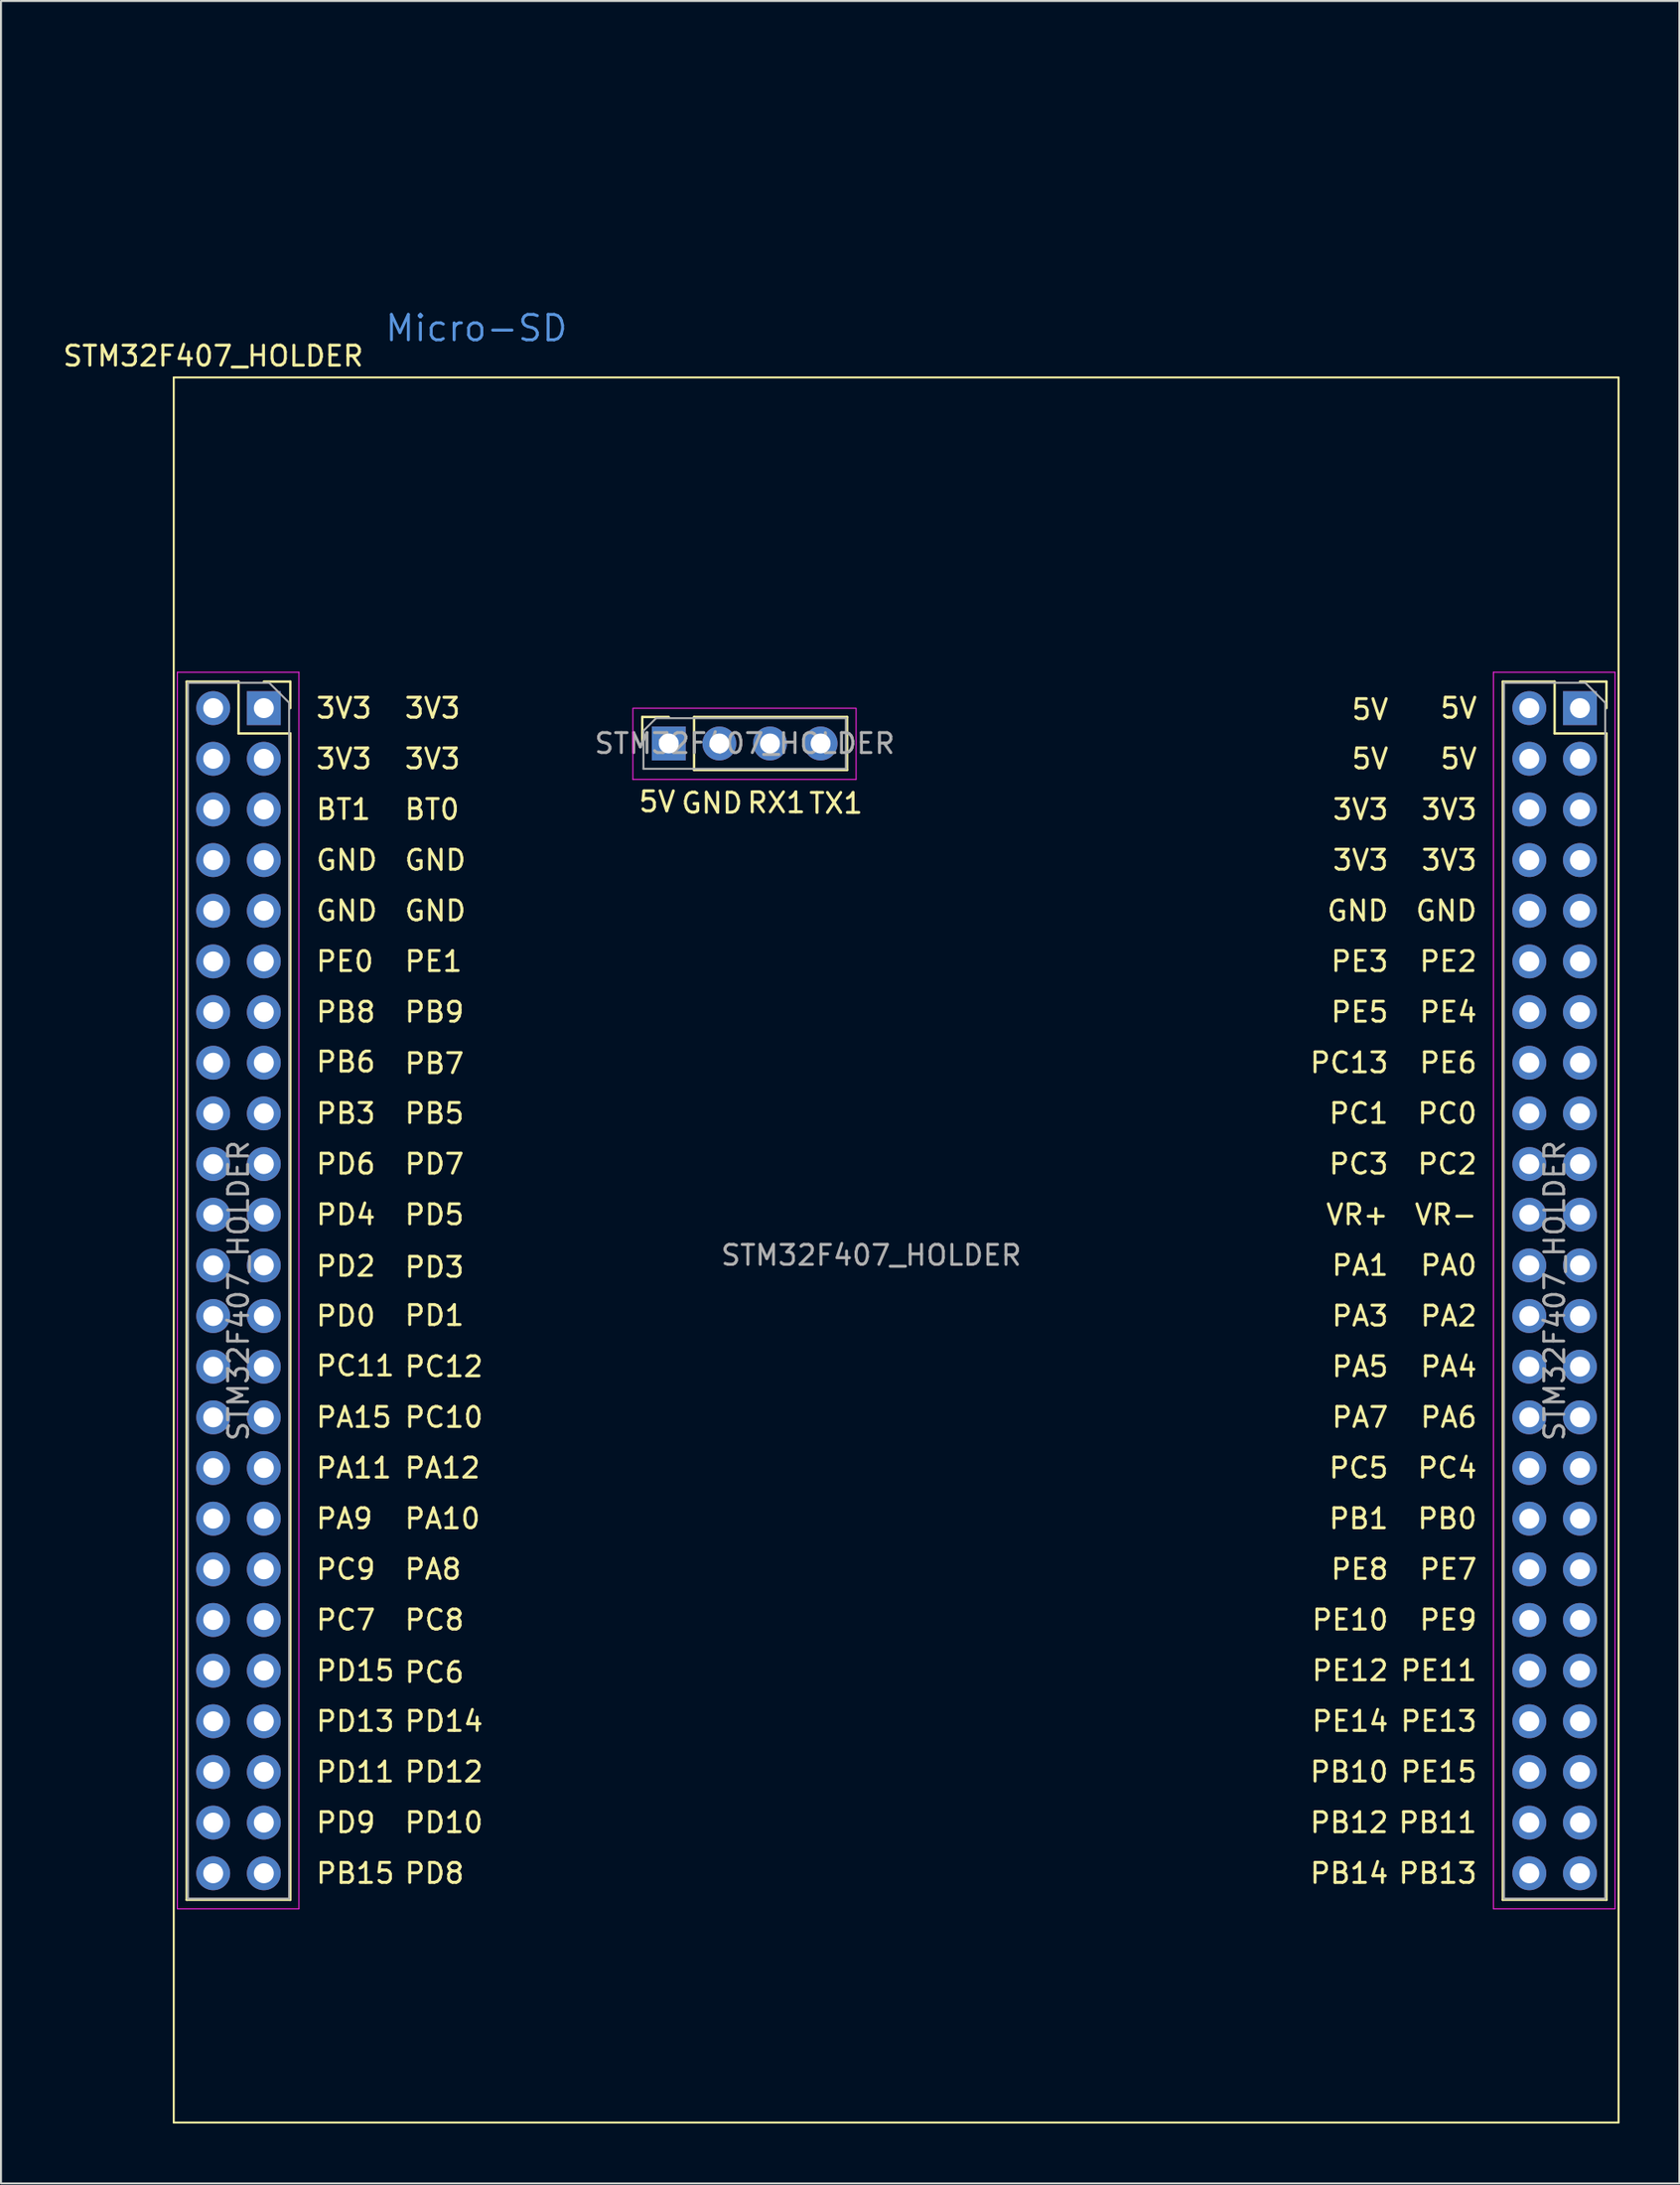
<source format=kicad_pcb>
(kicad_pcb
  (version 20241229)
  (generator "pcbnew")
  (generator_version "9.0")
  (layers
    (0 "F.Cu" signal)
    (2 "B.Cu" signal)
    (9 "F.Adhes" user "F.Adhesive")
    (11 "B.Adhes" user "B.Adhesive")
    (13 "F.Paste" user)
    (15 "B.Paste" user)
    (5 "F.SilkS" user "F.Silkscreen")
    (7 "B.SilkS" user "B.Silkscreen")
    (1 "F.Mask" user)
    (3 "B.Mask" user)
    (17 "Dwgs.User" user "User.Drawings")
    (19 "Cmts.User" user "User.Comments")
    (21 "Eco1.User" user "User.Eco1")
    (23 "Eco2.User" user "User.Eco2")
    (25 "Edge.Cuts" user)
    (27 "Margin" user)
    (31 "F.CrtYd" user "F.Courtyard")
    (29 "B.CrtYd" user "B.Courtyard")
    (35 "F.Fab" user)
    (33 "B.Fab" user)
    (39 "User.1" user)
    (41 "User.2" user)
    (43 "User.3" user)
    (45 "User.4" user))
  (footprint "STM32F407_HOLDER"
    (layer "F.Cu")
    (at 40.669 60.015)
    (property "Reference" "STM32F407_HOLDER" (at -33.02 -45.212 0) (unlocked yes) (layer "F.SilkS") (effects (font (size 1 1) (thickness 0.15))))
    (attr through_hole)
    (fp_line (start -35 -44.139) (end -35 43.361) (stroke (width 0.1) (type default)) (layer "F.SilkS"))
    (fp_line (start -35 43.361) (end 37.5 43.361) (stroke (width 0.1) (type default)) (layer "F.SilkS"))
    (fp_line (start -34.35 -28.889) (end -34.35 32.191) (stroke (width 0.12) (type solid)) (layer "F.SilkS"))
    (fp_line (start -34.35 -28.889) (end -31.75 -28.889) (stroke (width 0.12) (type solid)) (layer "F.SilkS"))
    (fp_line (start -34.35 32.191) (end -29.15 32.191) (stroke (width 0.12) (type solid)) (layer "F.SilkS"))
    (fp_line (start -31.75 -28.889) (end -31.75 -26.289) (stroke (width 0.12) (type solid)) (layer "F.SilkS"))
    (fp_line (start -31.75 -26.289) (end -29.15 -26.289) (stroke (width 0.12) (type solid)) (layer "F.SilkS"))
    (fp_line (start -30.48 -28.889) (end -29.15 -28.889) (stroke (width 0.12) (type solid)) (layer "F.SilkS"))
    (fp_line (start -29.15 -28.889) (end -29.15 -27.559) (stroke (width 0.12) (type solid)) (layer "F.SilkS"))
    (fp_line (start -29.15 -26.289) (end -29.15 32.191) (stroke (width 0.12) (type solid)) (layer "F.SilkS"))
    (fp_line (start -11.49 -27.116) (end -10.16 -27.116) (stroke (width 0.12) (type solid)) (layer "F.SilkS"))
    (fp_line (start -11.49 -25.787) (end -11.49 -27.116) (stroke (width 0.12) (type solid)) (layer "F.SilkS"))
    (fp_line (start -8.89 -27.116) (end -1.21 -27.116) (stroke (width 0.12) (type solid)) (layer "F.SilkS"))
    (fp_line (start -8.89 -24.456) (end -8.89 -27.116) (stroke (width 0.12) (type solid)) (layer "F.SilkS"))
    (fp_line (start -8.89 -24.456) (end -1.21 -24.456) (stroke (width 0.12) (type solid)) (layer "F.SilkS"))
    (fp_line (start -1.21 -24.456) (end -1.21 -27.116) (stroke (width 0.12) (type solid)) (layer "F.SilkS"))
    (fp_line (start 31.692 -28.889) (end 31.692 32.191) (stroke (width 0.12) (type solid)) (layer "F.SilkS"))
    (fp_line (start 31.692 -28.889) (end 34.292 -28.889) (stroke (width 0.12) (type solid)) (layer "F.SilkS"))
    (fp_line (start 31.692 32.191) (end 36.892 32.191) (stroke (width 0.12) (type solid)) (layer "F.SilkS"))
    (fp_line (start 34.292 -28.889) (end 34.292 -26.289) (stroke (width 0.12) (type solid)) (layer "F.SilkS"))
    (fp_line (start 34.292 -26.289) (end 36.892 -26.289) (stroke (width 0.12) (type solid)) (layer "F.SilkS"))
    (fp_line (start 35.562 -28.889) (end 36.892 -28.889) (stroke (width 0.12) (type solid)) (layer "F.SilkS"))
    (fp_line (start 36.892 -28.889) (end 36.892 -27.559) (stroke (width 0.12) (type solid)) (layer "F.SilkS"))
    (fp_line (start 36.892 -26.289) (end 36.892 32.191) (stroke (width 0.12) (type solid)) (layer "F.SilkS"))
    (fp_line (start 37.5 -44.139) (end -35 -44.139) (stroke (width 0.1) (type default)) (layer "F.SilkS"))
    (fp_line (start 37.5 43.361) (end 37.5 -44.139) (stroke (width 0.1) (type default)) (layer "F.SilkS"))
    (fp_line (start -34.82 -29.359) (end -28.72 -29.359) (stroke (width 0.05) (type solid)) (layer "F.CrtYd"))
    (fp_line (start -34.82 32.641) (end -34.82 -29.359) (stroke (width 0.05) (type solid)) (layer "F.CrtYd"))
    (fp_line (start -28.72 -29.359) (end -28.72 32.641) (stroke (width 0.05) (type solid)) (layer "F.CrtYd"))
    (fp_line (start -28.72 32.641) (end -34.82 32.641) (stroke (width 0.05) (type solid)) (layer "F.CrtYd"))
    (fp_line (start -11.96 -27.532) (end -11.96 -23.982) (stroke (width 0.05) (type solid)) (layer "F.CrtYd"))
    (fp_line (start -0.76 -27.556) (end -11.96 -27.556) (stroke (width 0.05) (type solid)) (layer "F.CrtYd"))
    (fp_line (start -0.76 -27.537) (end -0.76 -23.986) (stroke (width 0.05) (type solid)) (layer "F.CrtYd"))
    (fp_line (start -0.76 -23.986) (end -11.96 -23.986) (stroke (width 0.05) (type solid)) (layer "F.CrtYd"))
    (fp_line (start 31.222 -29.359) (end 37.322 -29.359) (stroke (width 0.05) (type solid)) (layer "F.CrtYd"))
    (fp_line (start 31.222 32.641) (end 31.222 -29.359) (stroke (width 0.05) (type solid)) (layer "F.CrtYd"))
    (fp_line (start 37.322 -29.359) (end 37.322 32.641) (stroke (width 0.05) (type solid)) (layer "F.CrtYd"))
    (fp_line (start 37.322 32.641) (end 31.222 32.641) (stroke (width 0.05) (type solid)) (layer "F.CrtYd"))
    (fp_line (start -34.29 -28.829) (end -30.21 -28.829) (stroke (width 0.1) (type solid)) (layer "F.Fab"))
    (fp_line (start -34.29 32.131) (end -34.29 -28.829) (stroke (width 0.1) (type solid)) (layer "F.Fab"))
    (fp_line (start -30.21 -28.829) (end -29.21 -27.829) (stroke (width 0.1) (type solid)) (layer "F.Fab"))
    (fp_line (start -29.21 -27.829) (end -29.21 32.131) (stroke (width 0.1) (type solid)) (layer "F.Fab"))
    (fp_line (start -29.21 32.131) (end -34.29 32.131) (stroke (width 0.1) (type solid)) (layer "F.Fab"))
    (fp_line (start -11.43 -26.422) (end -10.795 -27.056) (stroke (width 0.1) (type solid)) (layer "F.Fab"))
    (fp_line (start -11.43 -24.517) (end -11.43 -26.422) (stroke (width 0.1) (type solid)) (layer "F.Fab"))
    (fp_line (start -10.795 -27.056) (end -1.27 -27.056) (stroke (width 0.1) (type solid)) (layer "F.Fab"))
    (fp_line (start -1.27 -27.056) (end -1.27 -24.517) (stroke (width 0.1) (type solid)) (layer "F.Fab"))
    (fp_line (start -1.27 -24.517) (end -11.43 -24.517) (stroke (width 0.1) (type solid)) (layer "F.Fab"))
    (fp_line (start 31.752 -28.829) (end 35.832 -28.829) (stroke (width 0.1) (type solid)) (layer "F.Fab"))
    (fp_line (start 31.752 32.131) (end 31.752 -28.829) (stroke (width 0.1) (type solid)) (layer "F.Fab"))
    (fp_line (start 35.832 -28.829) (end 36.832 -27.829) (stroke (width 0.1) (type solid)) (layer "F.Fab"))
    (fp_line (start 36.832 -27.829) (end 36.832 32.131) (stroke (width 0.1) (type solid)) (layer "F.Fab"))
    (fp_line (start 36.832 32.131) (end 31.752 32.131) (stroke (width 0.1) (type solid)) (layer "F.Fab"))
    (fp_text user "PB14" (at 26.035 30.861 0) (unlocked yes) (layer "F.SilkS") (effects (font (size 1 1) (thickness 0.15)) (justify right)))
    (fp_text user "PC1" (at 26.035 -7.239 0) (unlocked yes) (layer "F.SilkS") (effects (font (size 1 1) (thickness 0.15)) (justify right)))
    (fp_text user "TX1" (at -1.77 -22.787 0) (unlocked yes) (layer "F.SilkS") (effects (font (size 1 1) (thickness 0.15))))
    (fp_text user "PE11" (at 30.48 20.701 0) (unlocked yes) (layer "F.SilkS") (effects (font (size 1 1) (thickness 0.15)) (justify right)))
    (fp_text user "VR+" (at 26.035 -2.159 0) (unlocked yes) (layer "F.SilkS") (effects (font (size 1 1) (thickness 0.15)) (justify right)))
    (fp_text user "PC4" (at 30.48 10.541 0) (unlocked yes) (layer "F.SilkS") (effects (font (size 1 1) (thickness 0.15)) (justify right)))
    (fp_text user "PB6" (at -27.94 -9.819 0) (unlocked yes) (layer "F.SilkS") (effects (font (size 1 1) (thickness 0.15)) (justify left)))
    (fp_text user "PD0" (at -27.94 2.921 0) (unlocked yes) (layer "F.SilkS") (effects (font (size 1 1) (thickness 0.15)) (justify left)))
    (fp_text user "PD2" (at -27.94 0.421 0) (unlocked yes) (layer "F.SilkS") (effects (font (size 1 1) (thickness 0.15)) (justify left)))
    (fp_text user "PC0" (at 30.48 -7.239 0) (unlocked yes) (layer "F.SilkS") (effects (font (size 1 1) (thickness 0.15)) (justify right)))
    (fp_text user "PB1" (at 26.035 13.081 0) (unlocked yes) (layer "F.SilkS") (effects (font (size 1 1) (thickness 0.15)) (justify right)))
    (fp_text user "PE14" (at 26.035 23.241 0) (unlocked yes) (layer "F.SilkS") (effects (font (size 1 1) (thickness 0.15)) (justify right)))
    (fp_text user "PD12" (at -23.495 25.781 0) (unlocked yes) (layer "F.SilkS") (effects (font (size 1 1) (thickness 0.15)) (justify left)))
    (fp_text user "PA11" (at -27.94 10.541 0) (unlocked yes) (layer "F.SilkS") (effects (font (size 1 1) (thickness 0.15)) (justify left)))
    (fp_text user "VR-" (at 30.48 -2.159 0) (unlocked yes) (layer "F.SilkS") (effects (font (size 1 1) (thickness 0.15)) (justify right)))
    (fp_text user "PD4" (at -27.94 -2.159 0) (unlocked yes) (layer "F.SilkS") (effects (font (size 1 1) (thickness 0.15)) (justify left)))
    (fp_text user "PC8" (at -23.495 18.161 0) (unlocked yes) (layer "F.SilkS") (effects (font (size 1 1) (thickness 0.15)) (justify left)))
    (fp_text user "3V3" (at -27.94 -27.559 0) (unlocked yes) (layer "F.SilkS") (effects (font (size 1 1) (thickness 0.15)) (justify left)))
    (fp_text user "PB10" (at 26.035 25.781 0) (unlocked yes) (layer "F.SilkS") (effects (font (size 1 1) (thickness 0.15)) (justify right)))
    (fp_text user "PE15" (at 30.48 25.781 0) (unlocked yes) (layer "F.SilkS") (effects (font (size 1 1) (thickness 0.15)) (justify right)))
    (fp_text user "PD14" (at -23.495 23.241 0) (unlocked yes) (layer "F.SilkS") (effects (font (size 1 1) (thickness 0.15)) (justify left)))
    (fp_text user "PA10" (at -23.495 13.081 0) (unlocked yes) (layer "F.SilkS") (effects (font (size 1 1) (thickness 0.15)) (justify left)))
    (fp_text user "PE13" (at 30.48 23.241 0) (unlocked yes) (layer "F.SilkS") (effects (font (size 1 1) (thickness 0.15)) (justify right)))
    (fp_text user "BT1" (at -27.94 -22.479 0) (unlocked yes) (layer "F.SilkS") (effects (font (size 1 1) (thickness 0.15)) (justify left)))
    (fp_text user "PE5" (at 26.035 -12.319 0) (unlocked yes) (layer "F.SilkS") (effects (font (size 1 1) (thickness 0.15)) (justify right)))
    (fp_text user "PD9" (at -27.94 28.321 0) (unlocked yes) (layer "F.SilkS") (effects (font (size 1 1) (thickness 0.15)) (justify left)))
    (fp_text user "3V3" (at 26.035 -19.939 0) (unlocked yes) (layer "F.SilkS") (effects (font (size 1 1) (thickness 0.15)) (justify right)))
    (fp_text user "PE8" (at 26.035 15.621 0) (unlocked yes) (layer "F.SilkS") (effects (font (size 1 1) (thickness 0.15)) (justify right)))
    (fp_text user "PA8" (at -23.495 15.621 0) (unlocked yes) (layer "F.SilkS") (effects (font (size 1 1) (thickness 0.15)) (justify left)))
    (fp_text user "PC3" (at 26.035 -4.699 0) (unlocked yes) (layer "F.SilkS") (effects (font (size 1 1) (thickness 0.15)) (justify right)))
    (fp_text user "PE3" (at 26.035 -14.859 0) (unlocked yes) (layer "F.SilkS") (effects (font (size 1 1) (thickness 0.15)) (justify right)))
    (fp_text user "PA12" (at -23.495 10.541 0) (unlocked yes) (layer "F.SilkS") (effects (font (size 1 1) (thickness 0.15)) (justify left)))
    (fp_text user "5V" (at 30.48 -27.559 0) (unlocked yes) (layer "F.SilkS") (effects (font (size 1 1) (thickness 0.15)) (justify right)))
    (fp_text user "PE10" (at 26.035 18.161 0) (unlocked yes) (layer "F.SilkS") (effects (font (size 1 1) (thickness 0.15)) (justify right)))
    (fp_text user "PB11" (at 30.48 28.321 0) (unlocked yes) (layer "F.SilkS") (effects (font (size 1 1) (thickness 0.15)) (justify right)))
    (fp_text user "PE2" (at 30.48 -14.859 0) (unlocked yes) (layer "F.SilkS") (effects (font (size 1 1) (thickness 0.15)) (justify right)))
    (fp_text user "PB0" (at 30.48 13.081 0) (unlocked yes) (layer "F.SilkS") (effects (font (size 1 1) (thickness 0.15)) (justify right)))
    (fp_text user "PC10" (at -23.495 8.001 0) (unlocked yes) (layer "F.SilkS") (effects (font (size 1 1) (thickness 0.15)) (justify left)))
    (fp_text user "PD11" (at -27.94 25.781 0) (unlocked yes) (layer "F.SilkS") (effects (font (size 1 1) (thickness 0.15)) (justify left)))
    (fp_text user "PC5" (at 26.035 10.541 0) (unlocked yes) (layer "F.SilkS") (effects (font (size 1 1) (thickness 0.15)) (justify right)))
    (fp_text user "PD10" (at -23.495 28.321 0) (unlocked yes) (layer "F.SilkS") (effects (font (size 1 1) (thickness 0.15)) (justify left)))
    (fp_text user "PB12" (at 26.035 28.321 0) (unlocked yes) (layer "F.SilkS") (effects (font (size 1 1) (thickness 0.15)) (justify right)))
    (fp_text user "PC6" (at -23.495 20.791 0) (unlocked yes) (layer "F.SilkS") (effects (font (size 1 1) (thickness 0.15)) (justify left)))
    (fp_text user "PE12" (at 26.035 20.701 0) (unlocked yes) (layer "F.SilkS") (effects (font (size 1 1) (thickness 0.15)) (justify right)))
    (fp_text user "GND" (at -23.495 -19.939 0) (unlocked yes) (layer "F.SilkS") (effects (font (size 1 1) (thickness 0.15)) (justify left)))
    (fp_text user "PC12" (at -23.495 5.461 0) (unlocked yes) (layer "F.SilkS") (effects (font (size 1 1) (thickness 0.15)) (justify left)))
    (fp_text user "PD6" (at -27.94 -4.699 0) (unlocked yes) (layer "F.SilkS") (effects (font (size 1 1) (thickness 0.15)) (justify left)))
    (fp_text user "PA0" (at 30.48 0.381 0) (unlocked yes) (layer "F.SilkS") (effects (font (size 1 1) (thickness 0.15)) (justify right)))
    (fp_text user "3V3" (at -27.94 -25.019 0) (unlocked yes) (layer "F.SilkS") (effects (font (size 1 1) (thickness 0.15)) (justify left)))
    (fp_text user "PC11" (at -27.94 5.421 0) (unlocked yes) (layer "F.SilkS") (effects (font (size 1 1) (thickness 0.15)) (justify left)))
    (fp_text user "PC13" (at 26.035 -9.779 0) (unlocked yes) (layer "F.SilkS") (effects (font (size 1 1) (thickness 0.15)) (justify right)))
    (fp_text user "5V" (at 26.035 -27.489 0) (unlocked yes) (layer "F.SilkS") (effects (font (size 1 1) (thickness 0.15)) (justify right)))
    (fp_text user "PB7" (at -23.495 -9.739 0) (unlocked yes) (layer "F.SilkS") (effects (font (size 1 1) (thickness 0.15)) (justify left)))
    (fp_text user "PE6" (at 30.48 -9.779 0) (unlocked yes) (layer "F.SilkS") (effects (font (size 1 1) (thickness 0.15)) (justify right)))
    (fp_text user "PE1" (at -23.495 -14.859 0) (unlocked yes) (layer "F.SilkS") (effects (font (size 1 1) (thickness 0.15)) (justify left)))
    (fp_text user "PB8" (at -27.94 -12.319 0) (unlocked yes) (layer "F.SilkS") (effects (font (size 1 1) (thickness 0.15)) (justify left)))
    (fp_text user "BT0" (at -23.495 -22.479 0) (unlocked yes) (layer "F.SilkS") (effects (font (size 1 1) (thickness 0.15)) (justify left)))
    (fp_text user "PD3" (at -23.495 0.471 0) (unlocked yes) (layer "F.SilkS") (effects (font (size 1 1) (thickness 0.15)) (justify left)))
    (fp_text user "PE9" (at 30.48 18.161 0) (unlocked yes) (layer "F.SilkS") (effects (font (size 1 1) (thickness 0.15)) (justify right)))
    (fp_text user "PD8" (at -23.495 30.861 0) (unlocked yes) (layer "F.SilkS") (effects (font (size 1 1) (thickness 0.15)) (justify left)))
    (fp_text user "PB5" (at -23.495 -7.239 0) (unlocked yes) (layer "F.SilkS") (effects (font (size 1 1) (thickness 0.15)) (justify left)))
    (fp_text user "PA3" (at 26.035 2.921 0) (unlocked yes) (layer "F.SilkS") (effects (font (size 1 1) (thickness 0.15)) (justify right)))
    (fp_text user "PA4" (at 30.48 5.461 0) (unlocked yes) (layer "F.SilkS") (effects (font (size 1 1) (thickness 0.15)) (justify right)))
    (fp_text user "PA6" (at 30.48 8.001 0) (unlocked yes) (layer "F.SilkS") (effects (font (size 1 1) (thickness 0.15)) (justify right)))
    (fp_text user "3V3" (at 30.48 -19.939 0) (unlocked yes) (layer "F.SilkS") (effects (font (size 1 1) (thickness 0.15)) (justify right)))
    (fp_text user "RX1" (at -4.76 -22.817 0) (unlocked yes) (layer "F.SilkS") (effects (font (size 1 1) (thickness 0.15))))
    (fp_text user "5V" (at 30.48 -25.019 0) (unlocked yes) (layer "F.SilkS") (effects (font (size 1 1) (thickness 0.15)) (justify right)))
    (fp_text user "5V" (at -10.74 -22.866 0) (unlocked yes) (layer "F.SilkS") (effects (font (size 1 1) (thickness 0.15))))
    (fp_text user "PA2" (at 30.48 2.921 0) (unlocked yes) (layer "F.SilkS") (effects (font (size 1 1) (thickness 0.15)) (justify right)))
    (fp_text user "PE4" (at 30.48 -12.319 0) (unlocked yes) (layer "F.SilkS") (effects (font (size 1 1) (thickness 0.15)) (justify right)))
    (fp_text user "3V3" (at -23.495 -27.559 0) (unlocked yes) (layer "F.SilkS") (effects (font (size 1 1) (thickness 0.15)) (justify left)))
    (fp_text user "GND" (at -23.495 -17.399 0) (unlocked yes) (layer "F.SilkS") (effects (font (size 1 1) (thickness 0.15)) (justify left)))
    (fp_text user "PD5" (at -23.495 -2.159 0) (unlocked yes) (layer "F.SilkS") (effects (font (size 1 1) (thickness 0.15)) (justify left)))
    (fp_text user "PC9" (at -27.94 15.621 0) (unlocked yes) (layer "F.SilkS") (effects (font (size 1 1) (thickness 0.15)) (justify left)))
    (fp_text user "PA7" (at 26.035 8.001 0) (unlocked yes) (layer "F.SilkS") (effects (font (size 1 1) (thickness 0.15)) (justify right)))
    (fp_text user "PD13" (at -27.94 23.241 0) (unlocked yes) (layer "F.SilkS") (effects (font (size 1 1) (thickness 0.15)) (justify left)))
    (fp_text user "PA1" (at 26.035 0.381 0) (unlocked yes) (layer "F.SilkS") (effects (font (size 1 1) (thickness 0.15)) (justify right)))
    (fp_text user "PD1" (at -23.495 2.891 0) (unlocked yes) (layer "F.SilkS") (effects (font (size 1 1) (thickness 0.15)) (justify left)))
    (fp_text user "GND" (at 30.48 -17.399 0) (unlocked yes) (layer "F.SilkS") (effects (font (size 1 1) (thickness 0.15)) (justify right)))
    (fp_text user "GND" (at -27.94 -19.939 0) (unlocked yes) (layer "F.SilkS") (effects (font (size 1 1) (thickness 0.15)) (justify left)))
    (fp_text user "PD7" (at -23.495 -4.699 0) (unlocked yes) (layer "F.SilkS") (effects (font (size 1 1) (thickness 0.15)) (justify left)))
    (fp_text user "3V3" (at -23.495 -25.019 0) (unlocked yes) (layer "F.SilkS") (effects (font (size 1 1) (thickness 0.15)) (justify left)))
    (fp_text user "PD15" (at -27.94 20.701 0) (unlocked yes) (layer "F.SilkS") (effects (font (size 1 1) (thickness 0.15)) (justify left)))
    (fp_text user "PA5" (at 26.035 5.461 0) (unlocked yes) (layer "F.SilkS") (effects (font (size 1 1) (thickness 0.15)) (justify right)))
    (fp_text user "GND" (at -27.94 -17.399 0) (unlocked yes) (layer "F.SilkS") (effects (font (size 1 1) (thickness 0.15)) (justify left)))
    (fp_text user "GND" (at -7.99 -22.797 0) (unlocked yes) (layer "F.SilkS") (effects (font (size 1 1) (thickness 0.15))))
    (fp_text user "PB15" (at -27.94 30.861 0) (unlocked yes) (layer "F.SilkS") (effects (font (size 1 1) (thickness 0.15)) (justify left)))
    (fp_text user "GND" (at 26.035 -17.399 0) (unlocked yes) (layer "F.SilkS") (effects (font (size 1 1) (thickness 0.15)) (justify right)))
    (fp_text user "3V3" (at 26.035 -22.479 0) (unlocked yes) (layer "F.SilkS") (effects (font (size 1 1) (thickness 0.15)) (justify right)))
    (fp_text user "PB13" (at 30.48 30.861 0) (unlocked yes) (layer "F.SilkS") (effects (font (size 1 1) (thickness 0.15)) (justify right)))
    (fp_text user "PC2" (at 30.48 -4.699 0) (unlocked yes) (layer "F.SilkS") (effects (font (size 1 1) (thickness 0.15)) (justify right)))
    (fp_text user "PC7" (at -27.94 18.161 0) (unlocked yes) (layer "F.SilkS") (effects (font (size 1 1) (thickness 0.15)) (justify left)))
    (fp_text user "PB3" (at -27.94 -7.239 0) (unlocked yes) (layer "F.SilkS") (effects (font (size 1 1) (thickness 0.15)) (justify left)))
    (fp_text user "PA15" (at -27.94 8.001 0) (unlocked yes) (layer "F.SilkS") (effects (font (size 1 1) (thickness 0.15)) (justify left)))
    (fp_text user "PE7" (at 30.48 15.621 0) (unlocked yes) (layer "F.SilkS") (effects (font (size 1 1) (thickness 0.15)) (justify right)))
    (fp_text user "PA9" (at -27.94 13.081 0) (unlocked yes) (layer "F.SilkS") (effects (font (size 1 1) (thickness 0.15)) (justify left)))
    (fp_text user "3V3" (at 30.48 -22.479 0) (unlocked yes) (layer "F.SilkS") (effects (font (size 1 1) (thickness 0.15)) (justify right)))
    (fp_text user "PE0" (at -27.94 -14.859 0) (unlocked yes) (layer "F.SilkS") (effects (font (size 1 1) (thickness 0.15)) (justify left)))
    (fp_text user "PB9" (at -23.495 -12.319 0) (unlocked yes) (layer "F.SilkS") (effects (font (size 1 1) (thickness 0.15)) (justify left)))
    (fp_text user "5V" (at 26.035 -25.019 0) (unlocked yes) (layer "F.SilkS") (effects (font (size 1 1) (thickness 0.15)) (justify right)))
    (fp_text user "Micro-SD" (at -19.812 -46.609 0) (unlocked yes) (layer "Cmts.User") (effects (font (size 1.27 1.27) (thickness 0.15))))
    (fp_text user "${REFERENCE}" (at 34.292 1.651 90) (layer "F.Fab") (effects (font (size 1 1) (thickness 0.15))))
    (fp_text user "${REFERENCE}" (at -6.35 -25.787 180) (layer "F.Fab") (effects (font (size 1 1) (thickness 0.15))))
    (fp_text user "${REFERENCE}" (at -31.75 1.651 90) (layer "F.Fab") (effects (font (size 1 1) (thickness 0.15))))
    (fp_text user "${REFERENCE}" (at 0 -0.127 0) (unlocked yes) (layer "F.Fab") (effects (font (size 1 1) (thickness 0.15))))
    (pad "10" thru_hole oval (at -30.48 -19.939) (size 1.7 1.7) (drill 1) (layers "*.Cu" "*.Mask"))
    (pad "15" thru_hole oval (at 35.562 -7.239) (size 1.7 1.7) (drill 1) (layers "*.Cu" "*.Mask"))
    (pad "16" thru_hole oval (at 33.022 -7.239) (size 1.7 1.7) (drill 1) (layers "*.Cu" "*.Mask"))
    (pad "17" thru_hole oval (at 35.562 -4.699) (size 1.7 1.7) (drill 1) (layers "*.Cu" "*.Mask"))
    (pad "18" thru_hole oval (at 33.022 -4.699) (size 1.7 1.7) (drill 1) (layers "*.Cu" "F.Mask"))
    (pad "23" thru_hole oval (at 35.562 0.381) (size 1.7 1.7) (drill 1) (layers "*.Cu" "*.Mask"))
    (pad "24" thru_hole oval (at 33.022 0.381) (size 1.7 1.7) (drill 1) (layers "*.Cu" "*.Mask"))
    (pad "25" thru_hole oval (at 35.562 2.921) (size 1.7 1.7) (drill 1) (layers "*.Cu" "*.Mask"))
    (pad "26" thru_hole oval (at 33.022 2.921) (size 1.7 1.7) (drill 1) (layers "*.Cu" "*.Mask"))
    (pad "34" thru_hole oval (at 33.022 10.541) (size 1.7 1.7) (drill 1) (layers "*.Cu" "*.Mask"))
    (pad "41" thru_hole oval (at 33.022 18.161) (size 1.7 1.7) (drill 1) (layers "*.Cu" "*.Mask"))
    (pad "42" thru_hole oval (at 35.562 20.701) (size 1.7 1.7) (drill 1) (layers "*.Cu" "*.Mask"))
    (pad "43" thru_hole oval (at 33.022 20.701) (size 1.7 1.7) (drill 1) (layers "*.Cu" "*.Mask"))
    (pad "44" thru_hole oval (at 35.562 23.241) (size 1.7 1.7) (drill 1) (layers "*.Cu" "*.Mask"))
    (pad "45" thru_hole oval (at 33.022 23.241) (size 1.7 1.7) (drill 1) (layers "*.Cu" "*.Mask"))
    (pad "46" thru_hole oval (at 35.562 25.781) (size 1.7 1.7) (drill 1) (layers "*.Cu" "*.Mask"))
    (pad "47" thru_hole oval (at 33.022 25.781) (size 1.7 1.7) (drill 1) (layers "*.Cu" "*.Mask"))
    (pad "48" thru_hole oval (at 35.562 28.321) (size 1.7 1.7) (drill 1) (layers "*.Cu" "*.Mask"))
    (pad "55" thru_hole oval (at -30.48 30.861) (size 1.7 1.7) (drill 1) (layers "*.Cu" "*.Mask"))
    (pad "56" thru_hole oval (at -33.02 28.321) (size 1.7 1.7) (drill 1) (layers "*.Cu" "*.Mask"))
    (pad "57" thru_hole oval (at -30.48 28.321) (size 1.7 1.7) (drill 1) (layers "*.Cu" "*.Mask"))
    (pad "58" thru_hole oval (at -33.02 25.781) (size 1.7 1.7) (drill 1) (layers "*.Cu" "*.Mask"))
    (pad "59" thru_hole oval (at -30.48 25.781) (size 1.7 1.7) (drill 1) (layers "*.Cu" "*.Mask"))
    (pad "60" thru_hole oval (at -33.02 23.241) (size 1.7 1.7) (drill 1) (layers "*.Cu" "*.Mask"))
    (pad "61" thru_hole oval (at -30.48 23.241) (size 1.7 1.7) (drill 1) (layers "*.Cu" "*.Mask"))
    (pad "62" thru_hole oval (at -33.02 20.701) (size 1.7 1.7) (drill 1) (layers "*.Cu" "*.Mask"))
    (pad "63" thru_hole oval (at -30.48 20.701) (size 1.7 1.7) (drill 1) (layers "*.Cu" "*.Mask"))
    (pad "64" thru_hole oval (at -33.02 18.161) (size 1.7 1.7) (drill 1) (layers "*.Cu" "*.Mask"))
    (pad "66" thru_hole oval (at -33.02 15.621) (size 1.7 1.7) (drill 1) (layers "*.Cu" "*.Mask"))
    (pad "67" thru_hole oval (at -30.48 15.621) (size 1.7 1.7) (drill 1) (layers "*.Cu" "*.Mask"))
    (pad "68" thru_hole oval (at -33.02 13.081) (size 1.7 1.7) (drill 1) (layers "*.Cu" "*.Mask"))
    (pad "69" thru_hole oval (at -30.48 13.081) (size 1.7 1.7) (drill 1) (layers "*.Cu" "*.Mask"))
    (pad "78" thru_hole oval (at -30.48 8.001) (size 1.7 1.7) (drill 1) (layers "*.Cu" "*.Mask"))
    (pad "79" thru_hole oval (at -33.02 5.461) (size 1.7 1.7) (drill 1) (layers "*.Cu" "*.Mask"))
    (pad "81" thru_hole oval (at -33.02 2.921) (size 1.7 1.7) (drill 1) (layers "*.Cu" "*.Mask"))
    (pad "82" thru_hole oval (at -30.48 2.921) (size 1.7 1.7) (drill 1) (layers "*.Cu" "*.Mask"))
    (pad "86" thru_hole oval (at -30.48 -2.159) (size 1.7 1.7) (drill 1) (layers "*.Cu" "*.Mask"))
    (pad "87" thru_hole oval (at -33.02 -4.699) (size 1.7 1.7) (drill 1) (layers "*.Cu" "*.Mask"))
    (pad "92" thru_hole oval (at -33.02 -9.779) (size 1.7 1.7) (drill 1) (layers "*.Cu" "*.Mask"))
    (pad "93" thru_hole oval (at -30.48 -9.779) (size 1.7 1.7) (drill 1) (layers "*.Cu" "*.Mask"))
    (pad "94" thru_hole oval (at -30.48 -22.479) (size 1.7 1.7) (drill 1) (layers "*.Cu" "*.Mask"))
    (pad "95" thru_hole oval (at -33.02 -12.319) (size 1.7 1.7) (drill 1) (layers "*.Cu" "*.Mask"))
    (pad "100" thru_hole oval (at 35.562 -22.479) (size 1.7 1.7) (drill 1) (layers "*.Cu" "*.Mask"))
    (pad "110" thru_hole rect (at -10.16 -25.787 90) (size 1.7 1.7) (drill 1) (layers "*.Cu" "*.Mask"))
    (pad "111" thru_hole oval (at -7.62 -25.787 90) (size 1.7 1.7) (drill 1) (layers "*.Cu" "*.Mask"))
    (pad "112" thru_hole oval (at -5.08 -25.787 90) (size 1.7 1.7) (drill 1) (layers "*.Cu" "*.Mask"))
    (pad "113" thru_hole oval (at -2.54 -25.787 90) (size 1.7 1.7) (drill 1) (layers "*.Cu" "*.Mask"))
    (pad "X" thru_hole oval (at -33.02 -25.019) (size 1.7 1.7) (drill 1) (layers "*.Cu" "*.Mask"))
    (pad "X" thru_hole oval (at -33.02 -22.479) (size 1.7 1.7) (drill 1) (layers "*.Cu" "*.Mask"))
    (pad "X" thru_hole oval (at -33.02 -19.939) (size 1.7 1.7) (drill 1) (layers "*.Cu" "*.Mask"))
    (pad "X" thru_hole oval (at -33.02 -17.399) (size 1.7 1.7) (drill 1) (layers "*.Cu" "*.Mask"))
    (pad "X" thru_hole oval (at -33.02 -14.859) (size 1.7 1.7) (drill 1) (layers "*.Cu" "*.Mask"))
    (pad "X" thru_hole oval (at -33.02 -7.239) (size 1.7 1.7) (drill 1) (layers "*.Cu" "*.Mask"))
    (pad "X" thru_hole oval (at -33.02 -2.159) (size 1.7 1.7) (drill 1) (layers "*.Cu" "*.Mask"))
    (pad "X" thru_hole oval (at -33.02 0.381) (size 1.7 1.7) (drill 1) (layers "*.Cu" "*.Mask"))
    (pad "X" thru_hole oval (at -33.02 8.001) (size 1.7 1.7) (drill 1) (layers "*.Cu" "*.Mask"))
    (pad "X" thru_hole oval (at -33.02 10.541) (size 1.7 1.7) (drill 1) (layers "*.Cu" "*.Mask"))
    (pad "X" thru_hole oval (at -33.02 30.861) (size 1.7 1.7) (drill 1) (layers "*.Cu" "*.Mask"))
    (pad "X" thru_hole rect (at -30.48 -27.559) (size 1.7 1.7) (drill 1) (layers "*.Cu" "*.Mask"))
    (pad "X" thru_hole oval (at -30.48 -25.019) (size 1.7 1.7) (drill 1) (layers "*.Cu" "*.Mask"))
    (pad "X" thru_hole oval (at -30.48 -17.399) (size 1.7 1.7) (drill 1) (layers "*.Cu" "*.Mask"))
    (pad "X" thru_hole oval (at -30.48 -14.859) (size 1.7 1.7) (drill 1) (layers "*.Cu" "*.Mask"))
    (pad "X" thru_hole oval (at -30.48 -12.319) (size 1.7 1.7) (drill 1) (layers "*.Cu" "*.Mask"))
    (pad "X" thru_hole oval (at -30.48 -7.239) (size 1.7 1.7) (drill 1) (layers "*.Cu" "*.Mask"))
    (pad "X" thru_hole oval (at -30.48 -4.699) (size 1.7 1.7) (drill 1) (layers "*.Cu" "*.Mask"))
    (pad "X" thru_hole oval (at -30.48 0.381) (size 1.7 1.7) (drill 1) (layers "*.Cu" "*.Mask"))
    (pad "X" thru_hole oval (at -30.48 5.461) (size 1.7 1.7) (drill 1) (layers "*.Cu" "*.Mask"))
    (pad "X" thru_hole oval (at -30.48 10.541) (size 1.7 1.7) (drill 1) (layers "*.Cu" "*.Mask"))
    (pad "X" thru_hole oval (at -30.48 18.161) (size 1.7 1.7) (drill 1) (layers "*.Cu" "*.Mask"))
    (pad "X" thru_hole oval (at 33.022 -27.559) (size 1.7 1.7) (drill 1) (layers "*.Cu" "*.Mask"))
    (pad "X" thru_hole oval (at 33.022 -25.019) (size 1.7 1.7) (drill 1) (layers "*.Cu" "*.Mask"))
    (pad "X" thru_hole oval (at 33.022 -22.479) (size 1.7 1.7) (drill 1) (layers "*.Cu" "*.Mask"))
    (pad "X" thru_hole oval (at 33.022 -19.939) (size 1.7 1.7) (drill 1) (layers "*.Cu" "*.Mask"))
    (pad "X" thru_hole oval (at 33.022 -17.399) (size 1.7 1.7) (drill 1) (layers "*.Cu" "*.Mask"))
    (pad "X" thru_hole oval (at 33.022 -14.859) (size 1.7 1.7) (drill 1) (layers "*.Cu" "*.Mask"))
    (pad "X" thru_hole oval (at 33.022 -12.319) (size 1.7 1.7) (drill 1) (layers "*.Cu" "*.Mask"))
    (pad "X" thru_hole oval (at 33.022 -9.779) (size 1.7 1.7) (drill 1) (layers "*.Cu" "*.Mask"))
    (pad "X" thru_hole oval (at 33.022 -2.159) (size 1.7 1.7) (drill 1) (layers "*.Cu" "*.Mask"))
    (pad "X" thru_hole oval (at 33.022 5.461) (size 1.7 1.7) (drill 1) (layers "*.Cu" "*.Mask"))
    (pad "X" thru_hole oval (at 33.022 8.001) (size 1.7 1.7) (drill 1) (layers "*.Cu" "*.Mask"))
    (pad "X" thru_hole oval (at 33.022 13.081) (size 1.7 1.7) (drill 1) (layers "*.Cu" "*.Mask"))
    (pad "X" thru_hole oval (at 33.022 15.621) (size 1.7 1.7) (drill 1) (layers "*.Cu" "*.Mask"))
    (pad "X" thru_hole oval (at 33.022 28.321) (size 1.7 1.7) (drill 1) (layers "*.Cu" "*.Mask"))
    (pad "X" thru_hole oval (at 33.022 30.861) (size 1.7 1.7) (drill 1) (layers "*.Cu" "*.Mask"))
    (pad "X" thru_hole oval (at 35.562 -25.019) (size 1.7 1.7) (drill 1) (layers "*.Cu" "*.Mask"))
    (pad "X" thru_hole oval (at 35.562 -19.939) (size 1.7 1.7) (drill 1) (layers "*.Cu" "*.Mask"))
    (pad "X" thru_hole oval (at 35.562 -17.399) (size 1.7 1.7) (drill 1) (layers "*.Cu" "*.Mask"))
    (pad "X" thru_hole oval (at 35.562 -14.859) (size 1.7 1.7) (drill 1) (layers "*.Cu" "*.Mask"))
    (pad "X" thru_hole oval (at 35.562 -12.319) (size 1.7 1.7) (drill 1) (layers "*.Cu" "*.Mask"))
    (pad "X" thru_hole oval (at 35.562 -9.779) (size 1.7 1.7) (drill 1) (layers "*.Cu" "*.Mask"))
    (pad "X" thru_hole oval (at 35.562 -2.159) (size 1.7 1.7) (drill 1) (layers "*.Cu" "*.Mask"))
    (pad "X" thru_hole oval (at 35.562 5.461) (size 1.7 1.7) (drill 1) (layers "*.Cu" "*.Mask"))
    (pad "X" thru_hole oval (at 35.562 8.001) (size 1.7 1.7) (drill 1) (layers "*.Cu" "*.Mask"))
    (pad "X" thru_hole oval (at 35.562 10.541) (size 1.7 1.7) (drill 1) (layers "*.Cu" "*.Mask"))
    (pad "X" thru_hole oval (at 35.562 13.081) (size 1.7 1.7) (drill 1) (layers "*.Cu" "*.Mask"))
    (pad "X" thru_hole oval (at 35.562 15.621) (size 1.7 1.7) (drill 1) (layers "*.Cu" "*.Mask"))
    (pad "X" thru_hole oval (at 35.562 18.161) (size 1.7 1.7) (drill 1) (layers "*.Cu" "*.Mask"))
    (pad "X" thru_hole oval (at 35.562 30.861) (size 1.7 1.7) (drill 1) (layers "*.Cu" "*.Mask"))
    (pad "x" thru_hole oval (at -33.02 -27.559) (size 1.7 1.7) (drill 1) (layers "*.Cu" "*.Mask"))
    (pad "x" thru_hole rect (at 35.562 -27.559) (size 1.7 1.7) (drill 1) (layers "*.Cu" "*.Mask"))
    (zone (net_name "") (layers "F.Cu" "B.Cu") (hatch full 0.508) (connect_pads) (min_thickness 0.254) (filled_areas_thickness no) (keepout (tracks allowed) (vias allowed) (pads allowed) (copperpour allowed) (footprints not_allowed)) (placement (enabled no)) (fill) (polygon (pts (xy 13.624 15.875) (xy 27.969 15.875) (xy 27.969 0) (xy 13.624 0)))))
  (gr_rect
    (start -3 -3)
    (end 81.219 106.426)
    (stroke (width 0.1) (type default))
    (fill no)
    (layer "Edge.Cuts")))
</source>
